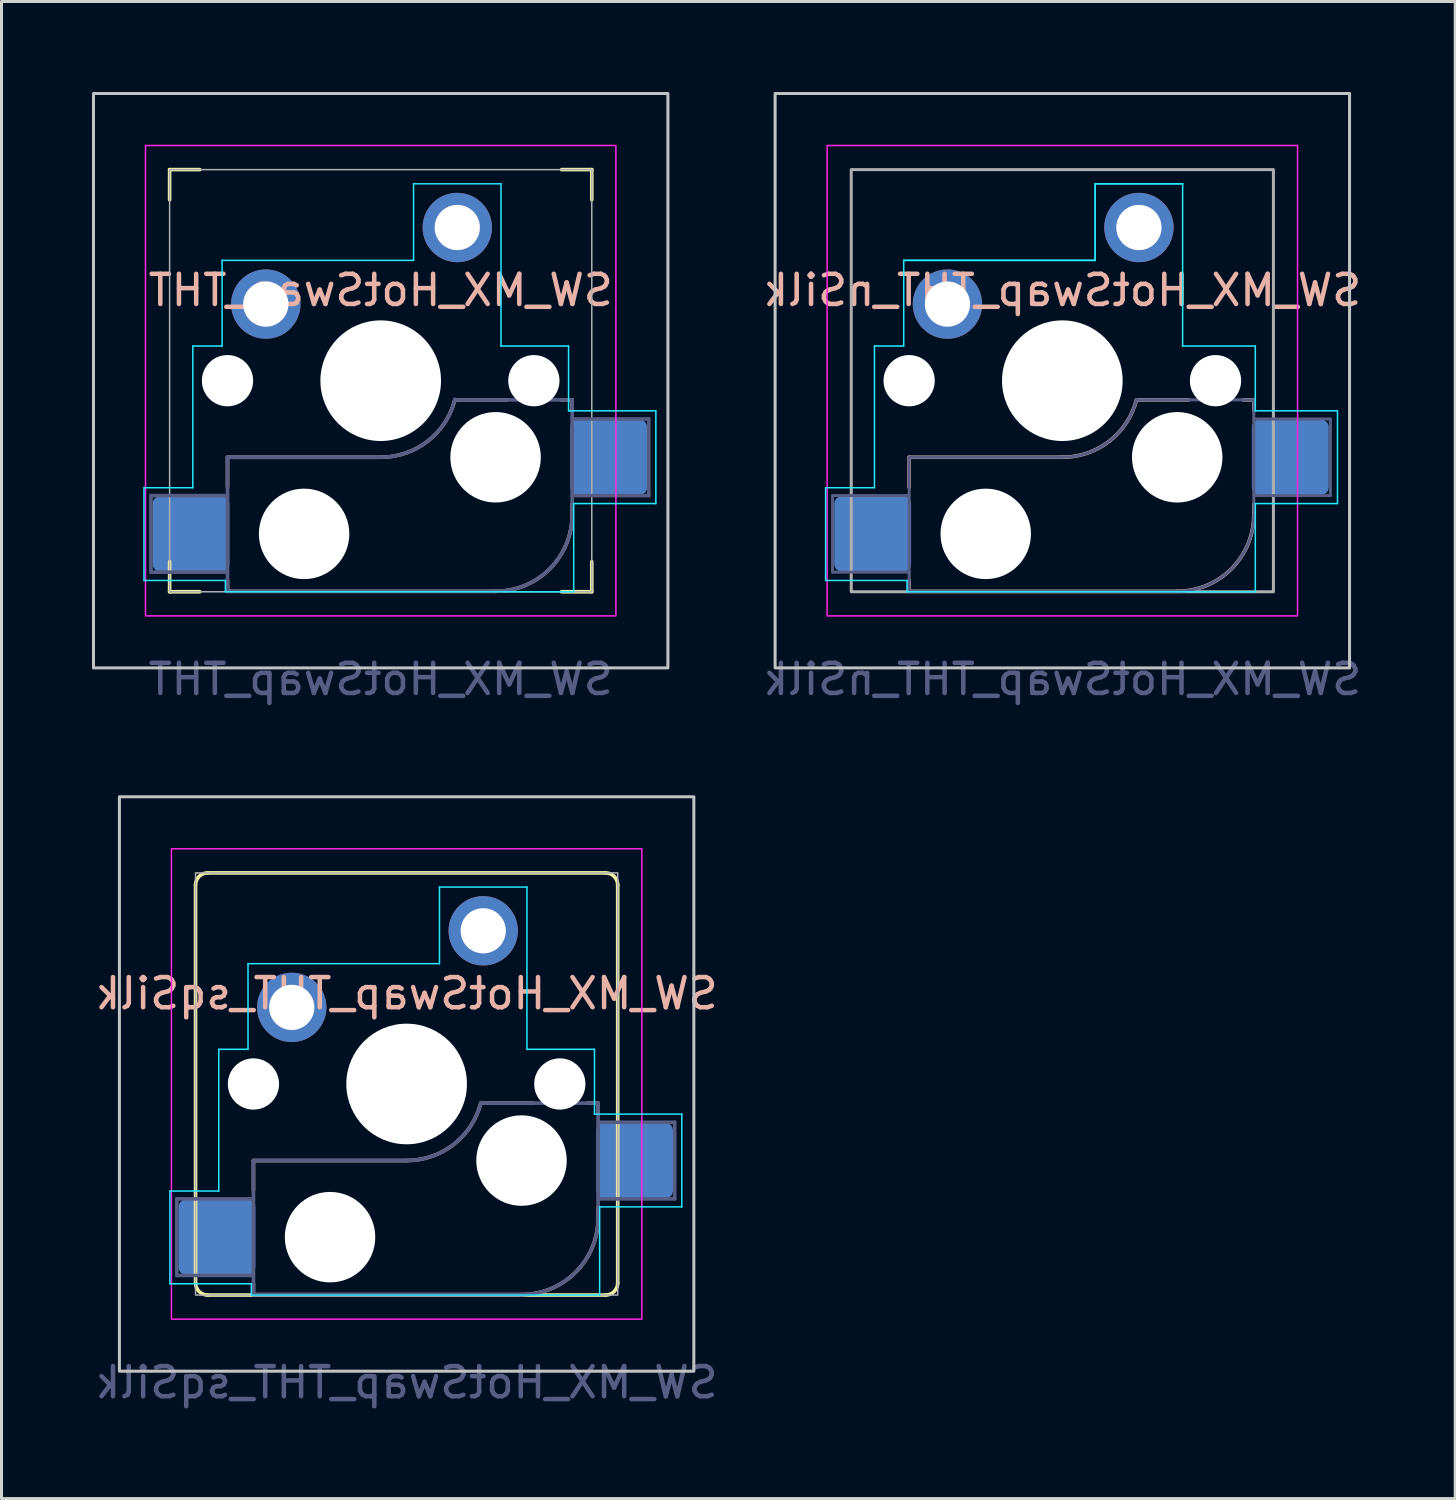
<source format=kicad_pcb>
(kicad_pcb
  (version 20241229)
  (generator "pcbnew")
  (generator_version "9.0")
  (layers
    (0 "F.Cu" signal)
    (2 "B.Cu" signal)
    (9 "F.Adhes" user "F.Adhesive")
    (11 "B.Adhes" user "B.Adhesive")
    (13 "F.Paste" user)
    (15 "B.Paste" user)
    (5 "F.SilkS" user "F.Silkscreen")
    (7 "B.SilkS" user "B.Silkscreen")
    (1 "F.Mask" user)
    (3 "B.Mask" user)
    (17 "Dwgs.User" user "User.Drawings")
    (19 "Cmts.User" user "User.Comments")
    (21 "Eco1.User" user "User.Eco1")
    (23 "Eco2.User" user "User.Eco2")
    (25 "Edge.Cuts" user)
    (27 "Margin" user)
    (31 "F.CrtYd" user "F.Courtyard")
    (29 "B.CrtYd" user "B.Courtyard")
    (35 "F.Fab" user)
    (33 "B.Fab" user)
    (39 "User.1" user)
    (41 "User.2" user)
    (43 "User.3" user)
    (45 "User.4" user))
  (footprint "SW_MX_HotSwap_THT_sqSilk"
    (layer "F.Cu")
    (at 10.435 32.898)
    (property "Reference" "SW_MX_HotSwap_THT_sqSilk" (at 0 -3 0) (layer "B.SilkS") (effects (font (size 1 1) (thickness 0.15)) (justify mirror)))
    (attr through_hole)
    (fp_line (start -7 6.6) (end -7 -6.6) (stroke (width 0.12) (type default)) (layer "F.SilkS"))
    (fp_line (start -6.6 -7) (end 6.6 -7) (stroke (width 0.12) (type default)) (layer "F.SilkS"))
    (fp_line (start 6.6 7) (end -6.6 7) (stroke (width 0.12) (type default)) (layer "F.SilkS"))
    (fp_line (start 7 -6.6) (end 7 6.6) (stroke (width 0.12) (type default)) (layer "F.SilkS"))
    (fp_arc (start -7 -6.6) (mid -6.882843 -6.882843) (end -6.6 -7) (stroke (width 0.12) (type default)) (layer "F.SilkS"))
    (fp_arc (start -6.6 7) (mid -6.882843 6.882843) (end -7 6.6) (stroke (width 0.12) (type default)) (layer "F.SilkS"))
    (fp_arc (start 6.6 -7) (mid 6.882843 -6.882843) (end 7 -6.6) (stroke (width 0.12) (type default)) (layer "F.SilkS"))
    (fp_arc (start 7 6.6) (mid 6.882843 6.882843) (end 6.6 7) (stroke (width 0.12) (type default)) (layer "F.SilkS"))
    (fp_line (start -5.08 2.54) (end -5.08 3.53) (stroke (width 0.12) (type default)) (layer "B.SilkS"))
    (fp_line (start -5.08 2.54) (end 0 2.54) (stroke (width 0.12) (type solid)) (layer "B.SilkS"))
    (fp_line (start -5.08 6.985) (end -5.08 6.63) (stroke (width 0.12) (type solid)) (layer "B.SilkS"))
    (fp_line (start 2.464 0.635) (end 4.191 0.635) (stroke (width 0.12) (type solid)) (layer "B.SilkS"))
    (fp_line (start 3.81 6.985) (end -5.08 6.985) (stroke (width 0.12) (type solid)) (layer "B.SilkS"))
    (fp_line (start 6 0.635) (end 6.35 0.635) (stroke (width 0.12) (type solid)) (layer "B.SilkS"))
    (fp_line (start 6.35 0.99) (end 6.35 0.635) (stroke (width 0.12) (type solid)) (layer "B.SilkS"))
    (fp_line (start 6.35 4.445) (end 6.35 4.09) (stroke (width 0.12) (type solid)) (layer "B.SilkS"))
    (fp_arc (start 2.459645 0.633836) (mid 1.555901 2.007678) (end 0 2.54) (stroke (width 0.12) (type default)) (layer "B.SilkS"))
    (fp_arc (start 6.35 4.445) (mid 5.606051 6.241051) (end 3.81 6.985) (stroke (width 0.12) (type solid)) (layer "B.SilkS"))
    (fp_rect (start -9.525 -9.525) (end 9.525 9.525) (stroke (width 0.1) (type default)) (fill no) (layer "Dwgs.User"))
    (fp_line (start -7.85 3.55) (end -7.85 6.625) (stroke (width 0.05) (type default)) (layer "B.CrtYd"))
    (fp_line (start -7.85 6.625) (end -5.15 6.625) (stroke (width 0.05) (type default)) (layer "B.CrtYd"))
    (fp_line (start -6.23 -1.15) (end -6.23 3.55) (stroke (width 0.05) (type default)) (layer "B.CrtYd"))
    (fp_line (start -6.23 -1.15) (end -5.26 -1.15) (stroke (width 0.05) (type default)) (layer "B.CrtYd"))
    (fp_line (start -6.23 3.55) (end -7.85 3.55) (stroke (width 0.05) (type default)) (layer "B.CrtYd"))
    (fp_line (start -5.26 -3.99) (end 1.09 -3.99) (stroke (width 0.05) (type default)) (layer "B.CrtYd"))
    (fp_line (start -5.26 -1.15) (end -5.26 -3.99) (stroke (width 0.05) (type default)) (layer "B.CrtYd"))
    (fp_line (start -5.15 6.625) (end -5.15 7) (stroke (width 0.05) (type default)) (layer "B.CrtYd"))
    (fp_line (start -5.15 7) (end 6.4 7) (stroke (width 0.05) (type default)) (layer "B.CrtYd"))
    (fp_line (start 1.09 -6.53) (end 3.99 -6.53) (stroke (width 0.05) (type default)) (layer "B.CrtYd"))
    (fp_line (start 1.09 -3.99) (end 1.09 -6.53) (stroke (width 0.05) (type default)) (layer "B.CrtYd"))
    (fp_line (start 3.99 -6.53) (end 3.99 -1.15) (stroke (width 0.05) (type default)) (layer "B.CrtYd"))
    (fp_line (start 3.99 -1.15) (end 6.23 -1.15) (stroke (width 0.05) (type default)) (layer "B.CrtYd"))
    (fp_line (start 6.23 -1.15) (end 6.23 1) (stroke (width 0.05) (type default)) (layer "B.CrtYd"))
    (fp_line (start 6.23 1) (end 9.125 1) (stroke (width 0.05) (type default)) (layer "B.CrtYd"))
    (fp_line (start 6.4 4.075) (end 6.4 7) (stroke (width 0.05) (type default)) (layer "B.CrtYd"))
    (fp_line (start 9.125 1) (end 9.125 4.075) (stroke (width 0.05) (type default)) (layer "B.CrtYd"))
    (fp_line (start 9.125 4.075) (end 6.4 4.075) (stroke (width 0.05) (type default)) (layer "B.CrtYd"))
    (fp_rect (start -7.8 -7.8) (end 7.8 7.8) (stroke (width 0.05) (type default)) (fill no) (layer "F.CrtYd"))
    (fp_line (start -7.62 3.81) (end -5.08 3.81) (stroke (width 0.12) (type solid)) (layer "B.Fab"))
    (fp_line (start -7.62 6.35) (end -7.62 3.81) (stroke (width 0.12) (type solid)) (layer "B.Fab"))
    (fp_line (start -5.08 2.54) (end 0 2.54) (stroke (width 0.12) (type solid)) (layer "B.Fab"))
    (fp_line (start -5.08 6.35) (end -7.62 6.35) (stroke (width 0.12) (type solid)) (layer "B.Fab"))
    (fp_line (start -5.08 6.985) (end -5.08 2.54) (stroke (width 0.12) (type solid)) (layer "B.Fab"))
    (fp_line (start 3.81 6.985) (end -5.08 6.985) (stroke (width 0.12) (type solid)) (layer "B.Fab"))
    (fp_line (start 6.35 0.635) (end 2.54 0.635) (stroke (width 0.12) (type solid)) (layer "B.Fab"))
    (fp_line (start 6.35 0.635) (end 6.35 4.445) (stroke (width 0.12) (type solid)) (layer "B.Fab"))
    (fp_line (start 6.35 1.27) (end 8.89 1.27) (stroke (width 0.12) (type solid)) (layer "B.Fab"))
    (fp_line (start 8.89 1.27) (end 8.89 3.81) (stroke (width 0.12) (type solid)) (layer "B.Fab"))
    (fp_line (start 8.89 3.81) (end 6.35 3.81) (stroke (width 0.12) (type solid)) (layer "B.Fab"))
    (fp_arc (start 2.464162 0.61604) (mid 1.563147 2.002042) (end 0 2.54) (stroke (width 0.12) (type solid)) (layer "B.Fab"))
    (fp_arc (start 6.35 4.445) (mid 5.606051 6.241051) (end 3.81 6.985) (stroke (width 0.12) (type solid)) (layer "B.Fab"))
    (fp_rect (start -7 -7) (end 7 7) (stroke (width 0.05) (type default)) (fill no) (layer "F.Fab"))
    (fp_text user "${REFERENCE}" (at 0 9.9 0) (layer "B.Fab") (effects (font (size 1 1) (thickness 0.15)) (justify mirror)))
    (pad "" np_thru_hole circle (at -5.08 0) (size 1.7 1.7) (drill 1.7) (layers "*.Cu" "*.Mask"))
    (pad "" np_thru_hole circle (at -2.54 5.08 180) (size 3 3) (drill 3) (layers "*.Cu" "*.Mask"))
    (pad "" np_thru_hole circle (at 0 0) (size 4 4) (drill 4) (layers "*.Cu" "*.Mask"))
    (pad "" np_thru_hole circle (at 3.81 2.54 180) (size 3 3) (drill 3) (layers "*.Cu" "*.Mask"))
    (pad "" np_thru_hole circle (at 5.08 0) (size 1.7 1.7) (drill 1.7) (layers "*.Cu" "*.Mask"))
    (pad "1" thru_hole circle (at 2.54 -5.08) (size 2.3 2.3) (drill 1.5) (layers "*.Cu" "*.Mask"))
    (pad "1" smd roundrect (at 7.56 2.54 180) (size 2.55 2.5) (layers "B.Cu" "B.Mask" "B.Paste") (roundrect_rratio 0.1))
    (pad "2" smd roundrect (at -6.29 5.08 180) (size 2.55 2.5) (layers "B.Cu" "B.Mask" "B.Paste") (roundrect_rratio 0.1))
    (pad "2" thru_hole circle (at -3.81 -2.54) (size 2.3 2.3) (drill 1.5) (layers "*.Cu" "*.Mask")))
  (footprint "SW_MX_HotSwap_THT"
    (layer "F.Cu")
    (at 9.575 9.575)
    (property "Reference" "SW_MX_HotSwap_THT" (at 0 -3 0) (layer "B.SilkS") (effects (font (size 1 1) (thickness 0.15)) (justify mirror)))
    (attr through_hole)
    (fp_line (start -7 -7) (end -7 -6) (stroke (width 0.12) (type solid)) (layer "F.SilkS"))
    (fp_line (start -7 7) (end -7 6) (stroke (width 0.12) (type solid)) (layer "F.SilkS"))
    (fp_line (start -7 7) (end -6 7) (stroke (width 0.12) (type solid)) (layer "F.SilkS"))
    (fp_line (start -6 -7) (end -7 -7) (stroke (width 0.12) (type solid)) (layer "F.SilkS"))
    (fp_line (start 6 7) (end 7 7) (stroke (width 0.12) (type solid)) (layer "F.SilkS"))
    (fp_line (start 7 -7) (end 6 -7) (stroke (width 0.12) (type solid)) (layer "F.SilkS"))
    (fp_line (start 7 -6) (end 7 -7) (stroke (width 0.12) (type solid)) (layer "F.SilkS"))
    (fp_line (start 7 7) (end 7 6) (stroke (width 0.12) (type solid)) (layer "F.SilkS"))
    (fp_line (start -5.08 2.54) (end -5.08 3.53) (stroke (width 0.12) (type default)) (layer "B.SilkS"))
    (fp_line (start -5.08 2.54) (end 0 2.54) (stroke (width 0.12) (type solid)) (layer "B.SilkS"))
    (fp_line (start -5.08 6.985) (end -5.08 6.63) (stroke (width 0.12) (type solid)) (layer "B.SilkS"))
    (fp_line (start 2.464 0.635) (end 4.191 0.635) (stroke (width 0.12) (type solid)) (layer "B.SilkS"))
    (fp_line (start 3.81 6.985) (end -5.08 6.985) (stroke (width 0.12) (type solid)) (layer "B.SilkS"))
    (fp_line (start 6 0.635) (end 6.35 0.635) (stroke (width 0.12) (type solid)) (layer "B.SilkS"))
    (fp_line (start 6.35 0.99) (end 6.35 0.635) (stroke (width 0.12) (type solid)) (layer "B.SilkS"))
    (fp_line (start 6.35 4.445) (end 6.35 4.09) (stroke (width 0.12) (type solid)) (layer "B.SilkS"))
    (fp_arc (start 2.459645 0.633836) (mid 1.555901 2.007678) (end 0 2.54) (stroke (width 0.12) (type default)) (layer "B.SilkS"))
    (fp_arc (start 6.35 4.445) (mid 5.606051 6.241051) (end 3.81 6.985) (stroke (width 0.12) (type solid)) (layer "B.SilkS"))
    (fp_rect (start -9.525 -9.525) (end 9.525 9.525) (stroke (width 0.1) (type default)) (fill no) (layer "Dwgs.User"))
    (fp_line (start -7.85 3.55) (end -7.85 6.625) (stroke (width 0.05) (type default)) (layer "B.CrtYd"))
    (fp_line (start -7.85 6.625) (end -5.15 6.625) (stroke (width 0.05) (type default)) (layer "B.CrtYd"))
    (fp_line (start -6.23 -1.15) (end -6.23 3.55) (stroke (width 0.05) (type default)) (layer "B.CrtYd"))
    (fp_line (start -6.23 -1.15) (end -5.26 -1.15) (stroke (width 0.05) (type default)) (layer "B.CrtYd"))
    (fp_line (start -6.23 3.55) (end -7.85 3.55) (stroke (width 0.05) (type default)) (layer "B.CrtYd"))
    (fp_line (start -5.26 -3.99) (end 1.09 -3.99) (stroke (width 0.05) (type default)) (layer "B.CrtYd"))
    (fp_line (start -5.26 -1.15) (end -5.26 -3.99) (stroke (width 0.05) (type default)) (layer "B.CrtYd"))
    (fp_line (start -5.15 6.625) (end -5.15 7) (stroke (width 0.05) (type default)) (layer "B.CrtYd"))
    (fp_line (start -5.15 7) (end 6.4 7) (stroke (width 0.05) (type default)) (layer "B.CrtYd"))
    (fp_line (start 1.09 -6.53) (end 3.99 -6.53) (stroke (width 0.05) (type default)) (layer "B.CrtYd"))
    (fp_line (start 1.09 -3.99) (end 1.09 -6.53) (stroke (width 0.05) (type default)) (layer "B.CrtYd"))
    (fp_line (start 3.99 -6.53) (end 3.99 -1.15) (stroke (width 0.05) (type default)) (layer "B.CrtYd"))
    (fp_line (start 3.99 -1.15) (end 6.23 -1.15) (stroke (width 0.05) (type default)) (layer "B.CrtYd"))
    (fp_line (start 6.23 -1.15) (end 6.23 1) (stroke (width 0.05) (type default)) (layer "B.CrtYd"))
    (fp_line (start 6.23 1) (end 9.125 1) (stroke (width 0.05) (type default)) (layer "B.CrtYd"))
    (fp_line (start 6.4 4.075) (end 6.4 7) (stroke (width 0.05) (type default)) (layer "B.CrtYd"))
    (fp_line (start 9.125 1) (end 9.125 4.075) (stroke (width 0.05) (type default)) (layer "B.CrtYd"))
    (fp_line (start 9.125 4.075) (end 6.4 4.075) (stroke (width 0.05) (type default)) (layer "B.CrtYd"))
    (fp_rect (start -7.8 -7.8) (end 7.8 7.8) (stroke (width 0.05) (type default)) (fill no) (layer "F.CrtYd"))
    (fp_line (start -7.62 3.81) (end -5.08 3.81) (stroke (width 0.12) (type solid)) (layer "B.Fab"))
    (fp_line (start -7.62 6.35) (end -7.62 3.81) (stroke (width 0.12) (type solid)) (layer "B.Fab"))
    (fp_line (start -5.08 2.54) (end 0 2.54) (stroke (width 0.12) (type solid)) (layer "B.Fab"))
    (fp_line (start -5.08 6.35) (end -7.62 6.35) (stroke (width 0.12) (type solid)) (layer "B.Fab"))
    (fp_line (start -5.08 6.985) (end -5.08 2.54) (stroke (width 0.12) (type solid)) (layer "B.Fab"))
    (fp_line (start 3.81 6.985) (end -5.08 6.985) (stroke (width 0.12) (type solid)) (layer "B.Fab"))
    (fp_line (start 6.35 0.635) (end 2.54 0.635) (stroke (width 0.12) (type solid)) (layer "B.Fab"))
    (fp_line (start 6.35 0.635) (end 6.35 4.445) (stroke (width 0.12) (type solid)) (layer "B.Fab"))
    (fp_line (start 6.35 1.27) (end 8.89 1.27) (stroke (width 0.12) (type solid)) (layer "B.Fab"))
    (fp_line (start 8.89 1.27) (end 8.89 3.81) (stroke (width 0.12) (type solid)) (layer "B.Fab"))
    (fp_line (start 8.89 3.81) (end 6.35 3.81) (stroke (width 0.12) (type solid)) (layer "B.Fab"))
    (fp_arc (start 2.464162 0.61604) (mid 1.563147 2.002042) (end 0 2.54) (stroke (width 0.12) (type solid)) (layer "B.Fab"))
    (fp_arc (start 6.35 4.445) (mid 5.606051 6.241051) (end 3.81 6.985) (stroke (width 0.12) (type solid)) (layer "B.Fab"))
    (fp_rect (start -7 -7) (end 7 7) (stroke (width 0.05) (type default)) (fill no) (layer "F.Fab"))
    (fp_text user "${REFERENCE}" (at 0 9.9 0) (layer "B.Fab") (effects (font (size 1 1) (thickness 0.15)) (justify mirror)))
    (pad "" np_thru_hole circle (at -5.08 0) (size 1.7 1.7) (drill 1.7) (layers "*.Cu" "*.Mask"))
    (pad "" np_thru_hole circle (at -2.54 5.08 180) (size 3 3) (drill 3) (layers "*.Cu" "*.Mask"))
    (pad "" np_thru_hole circle (at 0 0) (size 4 4) (drill 4) (layers "*.Cu" "*.Mask"))
    (pad "" np_thru_hole circle (at 3.81 2.54 180) (size 3 3) (drill 3) (layers "*.Cu" "*.Mask"))
    (pad "" np_thru_hole circle (at 5.08 0) (size 1.7 1.7) (drill 1.7) (layers "*.Cu" "*.Mask"))
    (pad "1" thru_hole circle (at 2.54 -5.08) (size 2.3 2.3) (drill 1.5) (layers "*.Cu" "*.Mask"))
    (pad "1" smd roundrect (at 7.56 2.54 180) (size 2.55 2.5) (layers "B.Cu" "B.Mask" "B.Paste") (roundrect_rratio 0.1))
    (pad "2" smd roundrect (at -6.29 5.08 180) (size 2.55 2.5) (layers "B.Cu" "B.Mask" "B.Paste") (roundrect_rratio 0.1))
    (pad "2" thru_hole circle (at -3.81 -2.54) (size 2.3 2.3) (drill 1.5) (layers "*.Cu" "*.Mask")))
  (footprint "SW_MX_HotSwap_THT_nSilk"
    (layer "F.Cu")
    (at 32.18 9.575)
    (property "Reference" "SW_MX_HotSwap_THT_nSilk" (at 0 -3 0) (layer "B.SilkS") (effects (font (size 1 1) (thickness 0.15)) (justify mirror)))
    (attr smd)
    (fp_line (start -5.08 2.54) (end -5.08 3.53) (stroke (width 0.12) (type default)) (layer "B.SilkS"))
    (fp_line (start -5.08 2.54) (end 0 2.54) (stroke (width 0.12) (type solid)) (layer "B.SilkS"))
    (fp_line (start -5.08 6.985) (end -5.08 6.63) (stroke (width 0.12) (type solid)) (layer "B.SilkS"))
    (fp_line (start 2.464 0.635) (end 4.191 0.635) (stroke (width 0.12) (type solid)) (layer "B.SilkS"))
    (fp_line (start 3.81 6.985) (end -5.08 6.985) (stroke (width 0.12) (type solid)) (layer "B.SilkS"))
    (fp_line (start 6 0.635) (end 6.35 0.635) (stroke (width 0.12) (type solid)) (layer "B.SilkS"))
    (fp_line (start 6.35 0.99) (end 6.35 0.635) (stroke (width 0.12) (type solid)) (layer "B.SilkS"))
    (fp_line (start 6.35 4.445) (end 6.35 4.09) (stroke (width 0.12) (type solid)) (layer "B.SilkS"))
    (fp_arc (start 2.459645 0.633836) (mid 1.555901 2.007678) (end 0 2.54) (stroke (width 0.12) (type default)) (layer "B.SilkS"))
    (fp_arc (start 6.35 4.445) (mid 5.606051 6.241051) (end 3.81 6.985) (stroke (width 0.12) (type solid)) (layer "B.SilkS"))
    (fp_rect (start -9.525 -9.525) (end 9.525 9.525) (stroke (width 0.1) (type default)) (fill no) (layer "Dwgs.User"))
    (fp_line (start -7.85 3.55) (end -7.85 6.625) (stroke (width 0.05) (type default)) (layer "B.CrtYd"))
    (fp_line (start -7.85 6.625) (end -5.15 6.625) (stroke (width 0.05) (type default)) (layer "B.CrtYd"))
    (fp_line (start -6.23 -1.15) (end -6.23 3.55) (stroke (width 0.05) (type default)) (layer "B.CrtYd"))
    (fp_line (start -6.23 -1.15) (end -5.26 -1.15) (stroke (width 0.05) (type default)) (layer "B.CrtYd"))
    (fp_line (start -6.23 3.55) (end -7.85 3.55) (stroke (width 0.05) (type default)) (layer "B.CrtYd"))
    (fp_line (start -5.26 -3.99) (end 1.09 -3.99) (stroke (width 0.05) (type default)) (layer "B.CrtYd"))
    (fp_line (start -5.26 -3.99) (end 1.09 -3.99) (stroke (width 0.05) (type default)) (layer "B.CrtYd"))
    (fp_line (start -5.26 -1.15) (end -5.26 -3.99) (stroke (width 0.05) (type default)) (layer "B.CrtYd"))
    (fp_line (start -5.15 6.625) (end -5.15 7) (stroke (width 0.05) (type default)) (layer "B.CrtYd"))
    (fp_line (start -5.15 7) (end 6.4 7) (stroke (width 0.05) (type default)) (layer "B.CrtYd"))
    (fp_line (start 1.09 -6.53) (end 3.99 -6.53) (stroke (width 0.05) (type default)) (layer "B.CrtYd"))
    (fp_line (start 1.09 -6.53) (end 3.99 -6.53) (stroke (width 0.05) (type default)) (layer "B.CrtYd"))
    (fp_line (start 1.09 -3.99) (end 1.09 -6.53) (stroke (width 0.05) (type default)) (layer "B.CrtYd"))
    (fp_line (start 1.09 -3.99) (end 1.09 -6.53) (stroke (width 0.05) (type default)) (layer "B.CrtYd"))
    (fp_line (start 3.99 -6.53) (end 3.99 -1.15) (stroke (width 0.05) (type default)) (layer "B.CrtYd"))
    (fp_line (start 3.99 -1.15) (end 6.4 -1.15) (stroke (width 0.05) (type default)) (layer "B.CrtYd"))
    (fp_line (start 6.4 -1.15) (end 6.4 1) (stroke (width 0.05) (type default)) (layer "B.CrtYd"))
    (fp_line (start 6.4 1) (end 9.125 1) (stroke (width 0.05) (type default)) (layer "B.CrtYd"))
    (fp_line (start 6.4 4.075) (end 6.4 7) (stroke (width 0.05) (type default)) (layer "B.CrtYd"))
    (fp_line (start 9.125 1) (end 9.125 4.075) (stroke (width 0.05) (type default)) (layer "B.CrtYd"))
    (fp_line (start 9.125 4.075) (end 6.4 4.075) (stroke (width 0.05) (type default)) (layer "B.CrtYd"))
    (fp_rect (start -7.8 -7.8) (end 7.8 7.8) (stroke (width 0.05) (type default)) (fill no) (layer "F.CrtYd"))
    (fp_line (start -7.62 3.81) (end -5.08 3.81) (stroke (width 0.1) (type solid)) (layer "B.Fab"))
    (fp_line (start -7.62 6.35) (end -7.62 3.81) (stroke (width 0.1) (type solid)) (layer "B.Fab"))
    (fp_line (start -5.08 2.54) (end 0 2.54) (stroke (width 0.1) (type solid)) (layer "B.Fab"))
    (fp_line (start -5.08 6.35) (end -7.62 6.35) (stroke (width 0.1) (type solid)) (layer "B.Fab"))
    (fp_line (start -5.08 6.985) (end -5.08 2.54) (stroke (width 0.1) (type solid)) (layer "B.Fab"))
    (fp_line (start 3.81 6.985) (end -5.08 6.985) (stroke (width 0.1) (type solid)) (layer "B.Fab"))
    (fp_line (start 6.35 0.635) (end 2.54 0.635) (stroke (width 0.1) (type solid)) (layer "B.Fab"))
    (fp_line (start 6.35 0.635) (end 6.35 4.445) (stroke (width 0.1) (type solid)) (layer "B.Fab"))
    (fp_line (start 6.35 1.27) (end 8.89 1.27) (stroke (width 0.1) (type solid)) (layer "B.Fab"))
    (fp_line (start 8.89 1.27) (end 8.89 3.81) (stroke (width 0.1) (type solid)) (layer "B.Fab"))
    (fp_line (start 8.89 3.81) (end 6.35 3.81) (stroke (width 0.1) (type solid)) (layer "B.Fab"))
    (fp_arc (start 2.464162 0.61604) (mid 1.563147 2.002042) (end 0 2.54) (stroke (width 0.1) (type solid)) (layer "B.Fab"))
    (fp_arc (start 6.35 4.445) (mid 5.606051 6.241051) (end 3.81 6.985) (stroke (width 0.1) (type solid)) (layer "B.Fab"))
    (fp_rect (start -7 -7) (end 7 7) (stroke (width 0.1) (type default)) (fill no) (layer "F.Fab"))
    (fp_text user "${REFERENCE}" (at 0 9.9 0) (layer "B.Fab") (effects (font (size 1 1) (thickness 0.15)) (justify mirror)))
    (pad "" np_thru_hole circle (at -5.08 0 180) (size 1.7 1.7) (drill 1.7) (layers "*.Cu" "*.Mask"))
    (pad "" np_thru_hole circle (at -2.54 5.08) (size 3 3) (drill 3) (layers "*.Cu" "*.Mask"))
    (pad "" np_thru_hole circle (at 0 0 180) (size 4 4) (drill 4) (layers "*.Cu" "*.Mask"))
    (pad "" np_thru_hole circle (at 3.81 2.54) (size 3 3) (drill 3) (layers "*.Cu" "*.Mask"))
    (pad "" np_thru_hole circle (at 5.08 0 180) (size 1.7 1.7) (drill 1.7) (layers "*.Cu" "*.Mask"))
    (pad "1" thru_hole circle (at 2.54 -5.08 180) (size 2.3 2.3) (drill 1.5) (layers "*.Cu" "*.Mask"))
    (pad "1" smd roundrect (at 7.56 2.54) (size 2.55 2.5) (layers "B.Cu" "B.Mask" "B.Paste") (roundrect_rratio 0.1))
    (pad "2" smd roundrect (at -6.29 5.08) (size 2.55 2.5) (layers "B.Cu" "B.Mask" "B.Paste") (roundrect_rratio 0.1))
    (pad "2" thru_hole circle (at -3.81 -2.54 180) (size 2.3 2.3) (drill 1.5) (layers "*.Cu" "*.Mask")))
  (gr_rect
    (start -3 -3)
    (end 45.21 46.647)
    (stroke (width 0.1) (type default))
    (fill no)
    (layer "Edge.Cuts")))
</source>
